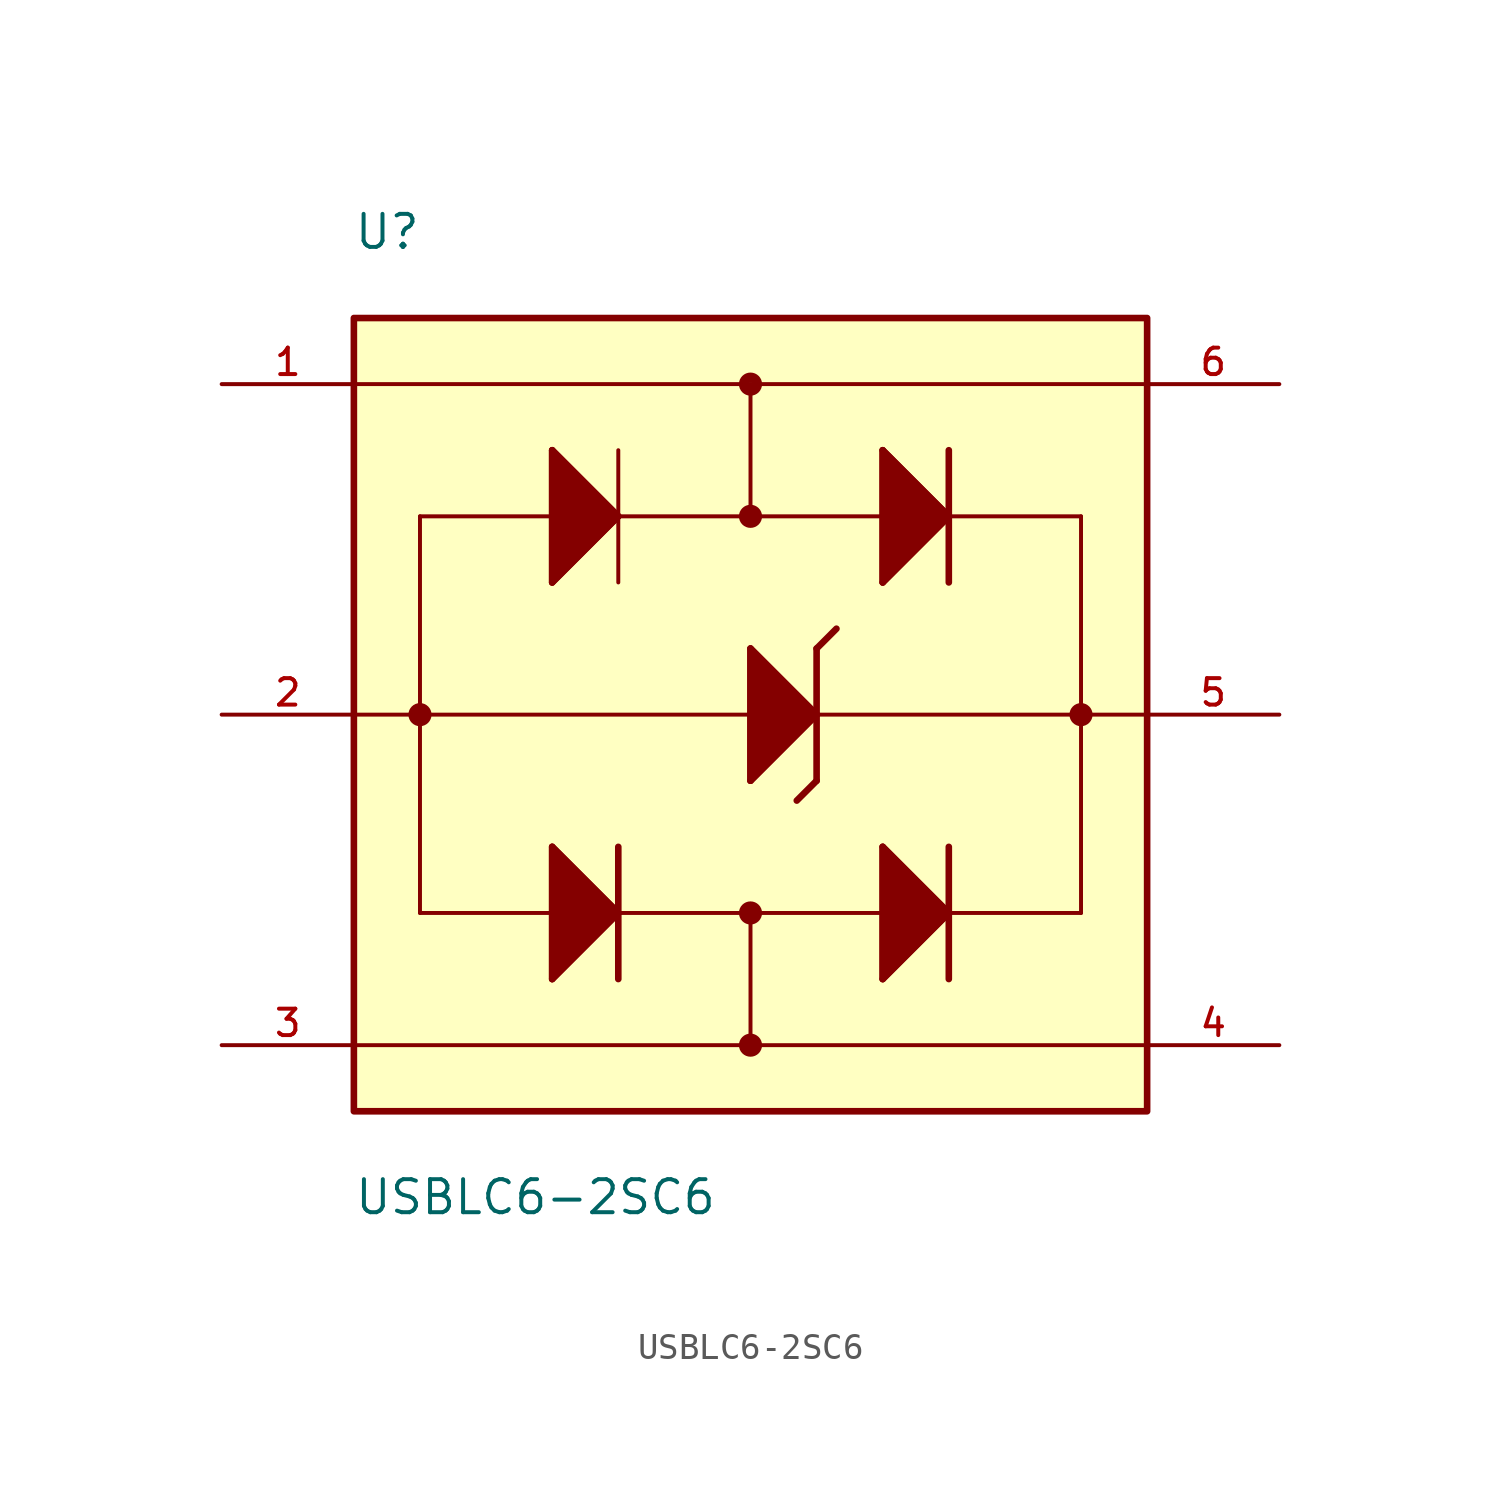
<source format=kicad_sym>
(kicad_symbol_lib
  (version 20231120)
  (generator "kicad_symbol_editor")
  (generator_version "8.0")
  (symbol "USBLC6-2SC6"
    (pin_names
      (offset 1.016))
    (property "Reference" "U"
      (at -15.269 17.809 0)
      (effects (font (size 1.27 1.27)) (justify left bottom)))
    (property "Value" "USBLC6-2SC6"
      (at -15.256 -17.796 0)
      (effects (font (size 1.27 1.27)) (justify left top)))
    (symbol "USBLC6-2SC6_0_0"
      (rectangle (start -15.24 -15.24) (end 15.24 15.24) (stroke (width 0.254) (type default)) (fill (type background)))
      (circle (center -12.7 0) (radius 0.254) (stroke (width 0.381) (type default)) (fill (type none)))
      (circle (center 0 -12.7) (radius 0.254) (stroke (width 0.381) (type default)) (fill (type none)))
      (circle (center 0 -7.62) (radius 0.254) (stroke (width 0.381) (type default)) (fill (type none)))
      (polyline (pts (xy -15.24 -12.7) (xy 15.24 -12.7)) (stroke (width 0.152) (type default)) (fill (type none)))
      (polyline (pts (xy -15.24 12.7) (xy 15.24 12.7)) (stroke (width 0.152) (type default)) (fill (type none)))
      (polyline (pts (xy -12.7 -7.62) (xy -7.62 -7.62)) (stroke (width 0.152) (type default)) (fill (type none)))
      (polyline (pts (xy -12.7 0) (xy -15.24 0)) (stroke (width 0.152) (type default)) (fill (type none)))
      (polyline (pts (xy -12.7 0) (xy -12.7 -7.62)) (stroke (width 0.152) (type default)) (fill (type none)))
      (polyline (pts (xy -12.7 0) (xy 0 0)) (stroke (width 0.152) (type default)) (fill (type none)))
      (polyline (pts (xy -12.7 7.62) (xy -12.7 0)) (stroke (width 0.152) (type default)) (fill (type none)))
      (polyline (pts (xy -12.7 7.62) (xy -7.62 7.62)) (stroke (width 0.152) (type default)) (fill (type none)))
      (polyline (pts (xy -7.62 -10.16) (xy -7.62 -7.62)) (stroke (width 0.254) (type default)) (fill (type none)))
      (polyline (pts (xy -7.62 -7.62) (xy -7.62 -5.08)) (stroke (width 0.254) (type default)) (fill (type none)))
      (polyline (pts (xy -7.62 -5.08) (xy -5.08 -7.62)) (stroke (width 0.254) (type default)) (fill (type none)))
      (polyline (pts (xy -7.62 5.08) (xy -7.62 7.62)) (stroke (width 0.254) (type default)) (fill (type none)))
      (polyline (pts (xy -7.62 7.62) (xy -7.62 10.16)) (stroke (width 0.254) (type default)) (fill (type none)))
      (polyline (pts (xy -7.62 10.16) (xy -5.08 7.62)) (stroke (width 0.254) (type default)) (fill (type none)))
      (polyline (pts (xy -5.08 -7.62) (xy -7.62 -10.16)) (stroke (width 0.254) (type default)) (fill (type none)))
      (polyline (pts (xy -5.08 -7.62) (xy -5.08 -10.16)) (stroke (width 0.254) (type default)) (fill (type none)))
      (polyline (pts (xy -5.08 -7.62) (xy 0 -7.62)) (stroke (width 0.152) (type default)) (fill (type none)))
      (polyline (pts (xy -5.08 -5.08) (xy -5.08 -7.62)) (stroke (width 0.254) (type default)) (fill (type none)))
      (polyline (pts (xy -5.08 7.62) (xy -7.62 5.08)) (stroke (width 0.254) (type default)) (fill (type none)))
      (polyline (pts (xy -5.08 7.62) (xy -5.08 5.08)) (stroke (width 0.152) (type default)) (fill (type none)))
      (polyline (pts (xy -5.08 7.62) (xy 0 7.62)) (stroke (width 0.152) (type default)) (fill (type none)))
      (polyline (pts (xy -5.08 10.16) (xy -5.08 7.62)) (stroke (width 0.152) (type default)) (fill (type none)))
      (polyline (pts (xy 0 -7.62) (xy 0 -12.7)) (stroke (width 0.152) (type default)) (fill (type none)))
      (polyline (pts (xy 0 -7.62) (xy 5.08 -7.62)) (stroke (width 0.152) (type default)) (fill (type none)))
      (polyline (pts (xy 0 -2.54) (xy 0 0)) (stroke (width 0.254) (type default)) (fill (type none)))
      (polyline (pts (xy 0 0) (xy 0 2.54)) (stroke (width 0.254) (type default)) (fill (type none)))
      (polyline (pts (xy 0 2.54) (xy 2.54 0)) (stroke (width 0.254) (type default)) (fill (type none)))
      (polyline (pts (xy 0 7.62) (xy 0 12.7)) (stroke (width 0.152) (type default)) (fill (type none)))
      (polyline (pts (xy 0 7.62) (xy 5.08 7.62)) (stroke (width 0.152) (type default)) (fill (type none)))
      (polyline (pts (xy 2.54 -2.54) (xy 1.778 -3.302)) (stroke (width 0.254) (type default)) (fill (type none)))
      (polyline (pts (xy 2.54 0) (xy 0 -2.54)) (stroke (width 0.254) (type default)) (fill (type none)))
      (polyline (pts (xy 2.54 0) (xy 12.7 0)) (stroke (width 0.152) (type default)) (fill (type none)))
      (polyline (pts (xy 2.54 2.54) (xy 2.54 -2.54)) (stroke (width 0.254) (type default)) (fill (type none)))
      (polyline (pts (xy 2.54 2.54) (xy 3.302 3.302)) (stroke (width 0.254) (type default)) (fill (type none)))
      (polyline (pts (xy 5.08 -10.16) (xy 5.08 -7.62)) (stroke (width 0.254) (type default)) (fill (type none)))
      (polyline (pts (xy 5.08 -7.62) (xy 5.08 -5.08)) (stroke (width 0.254) (type default)) (fill (type none)))
      (polyline (pts (xy 5.08 -5.08) (xy 7.62 -7.62)) (stroke (width 0.254) (type default)) (fill (type none)))
      (polyline (pts (xy 5.08 5.08) (xy 5.08 7.62)) (stroke (width 0.254) (type default)) (fill (type none)))
      (polyline (pts (xy 5.08 7.62) (xy 5.08 10.16)) (stroke (width 0.254) (type default)) (fill (type none)))
      (polyline (pts (xy 5.08 10.16) (xy 7.62 7.62)) (stroke (width 0.254) (type default)) (fill (type none)))
      (polyline (pts (xy 7.62 -7.62) (xy 5.08 -10.16)) (stroke (width 0.254) (type default)) (fill (type none)))
      (polyline (pts (xy 7.62 -7.62) (xy 7.62 -10.16)) (stroke (width 0.254) (type default)) (fill (type none)))
      (polyline (pts (xy 7.62 -7.62) (xy 12.7 -7.62)) (stroke (width 0.152) (type default)) (fill (type none)))
      (polyline (pts (xy 7.62 -5.08) (xy 7.62 -7.62)) (stroke (width 0.254) (type default)) (fill (type none)))
      (polyline (pts (xy 7.62 7.62) (xy 5.08 5.08)) (stroke (width 0.254) (type default)) (fill (type none)))
      (polyline (pts (xy 7.62 7.62) (xy 7.62 5.08)) (stroke (width 0.254) (type default)) (fill (type none)))
      (polyline (pts (xy 7.62 7.62) (xy 12.7 7.62)) (stroke (width 0.152) (type default)) (fill (type none)))
      (polyline (pts (xy 7.62 10.16) (xy 7.62 7.62)) (stroke (width 0.254) (type default)) (fill (type none)))
      (polyline (pts (xy 12.7 0) (xy 12.7 -7.62)) (stroke (width 0.152) (type default)) (fill (type none)))
      (polyline (pts (xy 12.7 0) (xy 15.24 0)) (stroke (width 0.152) (type default)) (fill (type none)))
      (polyline (pts (xy 12.7 7.62) (xy 12.7 0)) (stroke (width 0.152) (type default)) (fill (type none)))
      (polyline (pts (xy -7.62 -5.08) (xy -7.62 -10.16) (xy -5.08 -7.62) (xy -7.62 -5.08)) (stroke (width 0.254) (type default)) (fill (type outline)))
      (polyline (pts (xy -7.62 10.16) (xy -7.62 5.08) (xy -5.08 7.62) (xy -7.62 10.16)) (stroke (width 0.254) (type default)) (fill (type outline)))
      (polyline (pts (xy 0 2.54) (xy 0 -2.54) (xy 2.54 0) (xy 0 2.54)) (stroke (width 0.254) (type default)) (fill (type outline)))
      (polyline (pts (xy 5.08 -5.08) (xy 5.08 -10.16) (xy 7.62 -7.62) (xy 5.08 -5.08)) (stroke (width 0.254) (type default)) (fill (type outline)))
      (polyline (pts (xy 5.08 10.16) (xy 5.08 5.08) (xy 7.62 7.62) (xy 5.08 10.16)) (stroke (width 0.254) (type default)) (fill (type outline)))
      (circle (center 0 7.62) (radius 0.254) (stroke (width 0.381) (type default)) (fill (type none)))
      (circle (center 0 12.7) (radius 0.254) (stroke (width 0.381) (type default)) (fill (type none)))
      (circle (center 12.7 0) (radius 0.254) (stroke (width 0.381) (type default)) (fill (type none)))
      (pin bidirectional line (at -20.32 12.7 0) (length 5.08) (name "~" (effects (font (size 1.016 1.016)))) (number "1" (effects (font (size 1.016 1.016)))))
      (pin power_in line (at -20.32 0 0) (length 5.08) (name "~" (effects (font (size 1.016 1.016)))) (number "2" (effects (font (size 1.016 1.016)))))
      (pin bidirectional line (at -20.32 -12.7 0) (length 5.08) (name "~" (effects (font (size 1.016 1.016)))) (number "3" (effects (font (size 1.016 1.016)))))
      (pin bidirectional line (at 20.32 -12.7 180) (length 5.08) (name "~" (effects (font (size 1.016 1.016)))) (number "4" (effects (font (size 1.016 1.016)))))
      (pin power_in line (at 20.32 0 180) (length 5.08) (name "~" (effects (font (size 1.016 1.016)))) (number "5" (effects (font (size 1.016 1.016)))))
      (pin bidirectional line (at 20.32 12.7 180) (length 5.08) (name "~" (effects (font (size 1.016 1.016)))) (number "6" (effects (font (size 1.016 1.016))))))))
</source>
